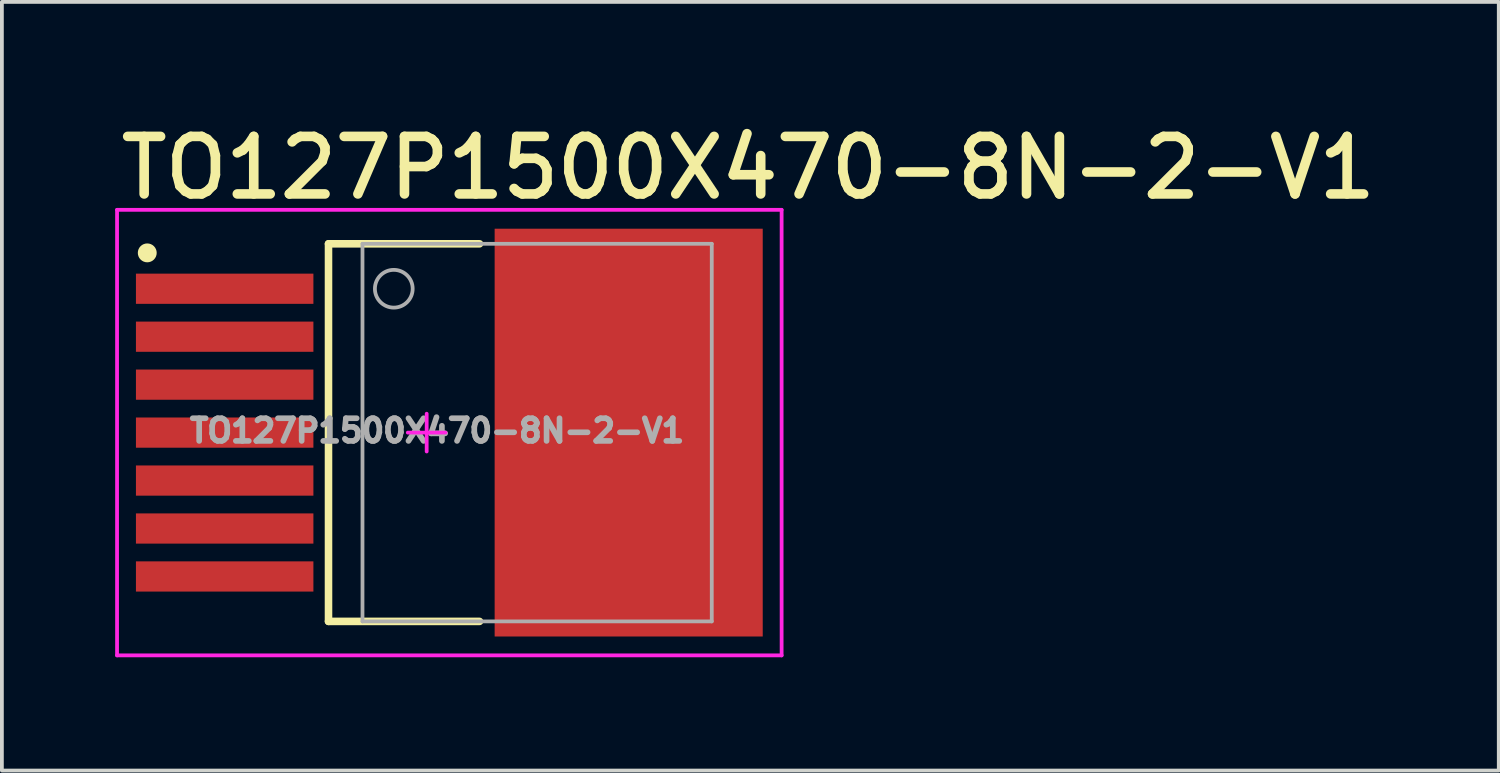
<source format=kicad_pcb>
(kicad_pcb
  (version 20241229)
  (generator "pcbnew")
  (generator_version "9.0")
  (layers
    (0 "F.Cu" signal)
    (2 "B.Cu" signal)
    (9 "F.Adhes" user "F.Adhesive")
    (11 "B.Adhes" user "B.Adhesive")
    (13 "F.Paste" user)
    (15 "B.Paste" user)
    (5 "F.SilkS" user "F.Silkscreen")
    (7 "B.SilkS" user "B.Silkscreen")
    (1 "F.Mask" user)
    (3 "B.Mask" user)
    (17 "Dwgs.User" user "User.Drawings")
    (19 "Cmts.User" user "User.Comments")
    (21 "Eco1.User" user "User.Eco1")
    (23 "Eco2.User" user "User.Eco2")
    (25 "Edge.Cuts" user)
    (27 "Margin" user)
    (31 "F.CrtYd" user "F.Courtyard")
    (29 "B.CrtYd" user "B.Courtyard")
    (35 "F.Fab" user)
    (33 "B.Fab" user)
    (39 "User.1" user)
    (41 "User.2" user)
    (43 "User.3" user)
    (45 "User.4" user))
  (footprint "TO127P1500X470-8N-2-V1"
    (layer "F.Cu")
    (at 8.25 8.407)
    (property "Reference" "TO127P1500X470-8N-2-V1" (at -8.23 -6.121 0) (unlocked yes) (layer "F.SilkS") (effects (font (size 1.524 1.524) (thickness 0.254)) (justify left bottom)))
    (fp_line (start -2.6 -5) (end 1.4 -5) (stroke (width 0.2) (type solid)) (layer "F.SilkS"))
    (fp_line (start -2.6 5) (end -2.6 -5) (stroke (width 0.2) (type solid)) (layer "F.SilkS"))
    (fp_line (start -2.6 5) (end 1.4 5) (stroke (width 0.2) (type solid)) (layer "F.SilkS"))
    (fp_circle (center -7.4 -4.76) (end -7.4 -4.885) (stroke (width 0.25) (type solid)) (fill no) (layer "F.SilkS"))
    (fp_poly (pts (xy 5.195 -5.35) (xy 1.845 -5.35) (xy 1.845 -0.15) (xy 5.195 -0.15)) (stroke (width 0) (type default)) (fill yes) (layer "F.Paste"))
    (fp_poly (pts (xy 5.195 0.15) (xy 1.845 0.15) (xy 1.845 5.35) (xy 5.195 5.35)) (stroke (width 0) (type default)) (fill yes) (layer "F.Paste"))
    (fp_poly (pts (xy 8.845 -5.35) (xy 5.495 -5.35) (xy 5.495 -0.15) (xy 8.845 -0.15)) (stroke (width 0) (type default)) (fill yes) (layer "F.Paste"))
    (fp_poly (pts (xy 8.845 0.15) (xy 5.495 0.15) (xy 5.495 5.35) (xy 8.845 5.35)) (stroke (width 0) (type default)) (fill yes) (layer "F.Paste"))
    (fp_line (start -8.2 -5.9) (end 9.4 -5.9) (stroke (width 0.1) (type solid)) (layer "F.CrtYd"))
    (fp_line (start -8.2 5.9) (end -8.2 -5.9) (stroke (width 0.1) (type solid)) (layer "F.CrtYd"))
    (fp_line (start -8.2 5.9) (end 9.4 5.9) (stroke (width 0.1) (type solid)) (layer "F.CrtYd"))
    (fp_line (start -0.5 0) (end 0.5 0) (stroke (width 0.1) (type solid)) (layer "F.CrtYd"))
    (fp_line (start 0 0.5) (end 0 -0.5) (stroke (width 0.1) (type solid)) (layer "F.CrtYd"))
    (fp_line (start 9.4 5.9) (end 9.4 -5.9) (stroke (width 0.1) (type solid)) (layer "F.CrtYd"))
    (fp_line (start -1.7 -5) (end 7.55 -5) (stroke (width 0.1) (type solid)) (layer "F.Fab"))
    (fp_line (start -1.7 5) (end -1.7 -5) (stroke (width 0.1) (type solid)) (layer "F.Fab"))
    (fp_line (start -1.7 5) (end 7.55 5) (stroke (width 0.1) (type solid)) (layer "F.Fab"))
    (fp_line (start 7.55 5) (end 7.55 -5) (stroke (width 0.1) (type solid)) (layer "F.Fab"))
    (fp_circle (center -0.871 -3.81) (end -0.371 -3.81) (stroke (width 0.1) (type solid)) (fill no) (layer "F.Fab"))
    (fp_text user "${REFERENCE}" (at 0.275 -0.05 0) (layer "F.Fab") (effects (font (size 0.6 0.6) (thickness 0.15))))
    (pad "1" smd rect (at -5.35 -3.81) (size 4.7 0.8) (layers "F.Cu" "F.Mask" "F.Paste"))
    (pad "2" smd rect (at -5.35 -2.54) (size 4.7 0.8) (layers "F.Cu" "F.Mask" "F.Paste"))
    (pad "3" smd rect (at -5.35 -1.27) (size 4.7 0.8) (layers "F.Cu" "F.Mask" "F.Paste"))
    (pad "4" smd rect (at -5.35 0) (size 4.7 0.8) (layers "F.Cu" "F.Mask" "F.Paste"))
    (pad "5" smd rect (at -5.35 1.27) (size 4.7 0.8) (layers "F.Cu" "F.Mask" "F.Paste"))
    (pad "6" smd rect (at -5.35 2.54) (size 4.7 0.8) (layers "F.Cu" "F.Mask" "F.Paste"))
    (pad "7" smd rect (at -5.35 3.81) (size 4.7 0.8) (layers "F.Cu" "F.Mask" "F.Paste"))
    (pad "8" smd rect (at 5.35 0 90) (size 10.8 7.1) (layers "F.Cu" "F.Mask" "F.Paste")))
  (gr_rect
    (start -3 -3)
    (end 36.643 17.357)
    (stroke (width 0.1) (type default))
    (fill no)
    (layer "Edge.Cuts")))
</source>
